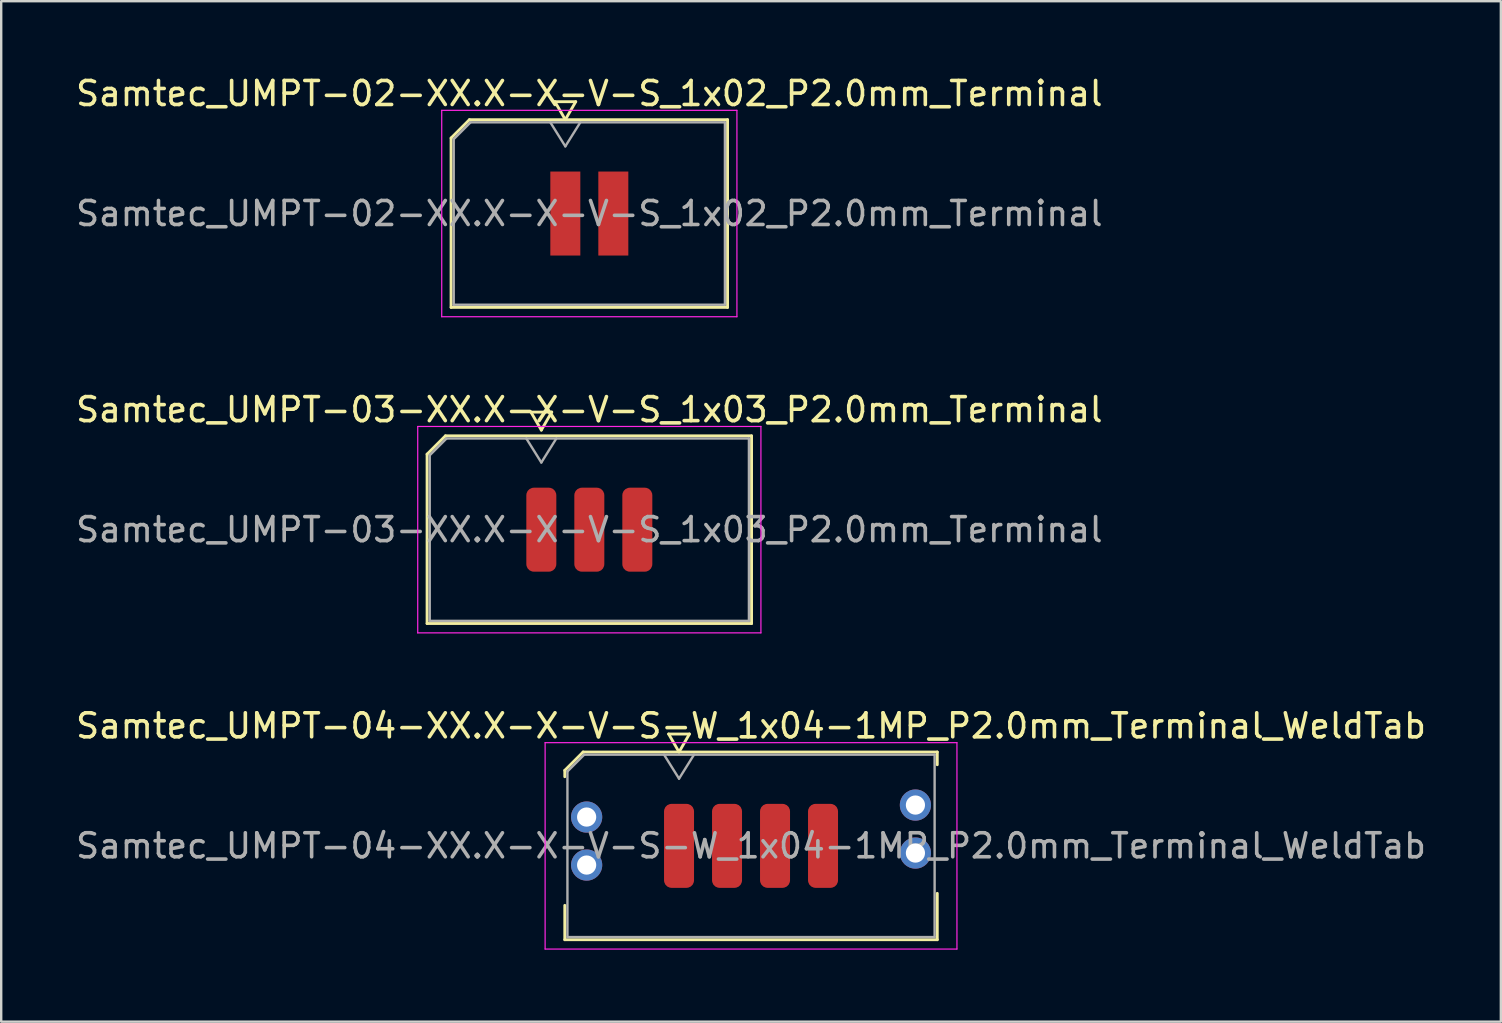
<source format=kicad_pcb>
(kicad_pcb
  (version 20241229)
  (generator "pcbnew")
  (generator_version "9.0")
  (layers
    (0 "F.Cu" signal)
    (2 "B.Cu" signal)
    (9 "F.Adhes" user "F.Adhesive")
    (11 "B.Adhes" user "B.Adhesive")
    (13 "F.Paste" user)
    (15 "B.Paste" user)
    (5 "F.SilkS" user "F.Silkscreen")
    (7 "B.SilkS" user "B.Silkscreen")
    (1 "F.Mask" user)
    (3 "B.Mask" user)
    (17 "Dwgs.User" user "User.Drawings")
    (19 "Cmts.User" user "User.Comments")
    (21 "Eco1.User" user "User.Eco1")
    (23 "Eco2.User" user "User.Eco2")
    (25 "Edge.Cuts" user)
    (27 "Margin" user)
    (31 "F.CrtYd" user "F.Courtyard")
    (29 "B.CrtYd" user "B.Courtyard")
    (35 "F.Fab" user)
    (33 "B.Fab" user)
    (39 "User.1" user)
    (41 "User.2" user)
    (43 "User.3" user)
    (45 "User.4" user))
  (footprint "Samtec_UMPT-02-XX.X-X-V-S_1x02_P2.0mm_Terminal"
    (layer "F.Cu")
    (at 21.506 5.848)
    (property "Reference" "Samtec_UMPT-02-XX.X-X-V-S_1x02_P2.0mm_Terminal" (at 0 -5 0) (layer "F.SilkS") (effects (font (size 1 1) (thickness 0.15))))
    (attr smd)
    (fp_line (start -5.76 -3.146) (end -4.996 -3.91) (stroke (width 0.12) (type solid)) (layer "F.SilkS"))
    (fp_line (start -5.76 3.91) (end -5.76 -3.146) (stroke (width 0.12) (type solid)) (layer "F.SilkS"))
    (fp_line (start -4.996 -3.91) (end 5.76 -3.91) (stroke (width 0.12) (type solid)) (layer "F.SilkS"))
    (fp_line (start -1.433 -4.66) (end -1 -3.91) (stroke (width 0.12) (type solid)) (layer "F.SilkS"))
    (fp_line (start -1 -3.91) (end -0.567 -4.66) (stroke (width 0.12) (type solid)) (layer "F.SilkS"))
    (fp_line (start -0.567 -4.66) (end -1.433 -4.66) (stroke (width 0.12) (type solid)) (layer "F.SilkS"))
    (fp_line (start 5.76 -3.91) (end 5.76 3.91) (stroke (width 0.12) (type solid)) (layer "F.SilkS"))
    (fp_line (start 5.76 3.91) (end -5.76 3.91) (stroke (width 0.12) (type solid)) (layer "F.SilkS"))
    (fp_line (start -6.15 -4.3) (end -6.15 4.3) (stroke (width 0.05) (type solid)) (layer "F.CrtYd"))
    (fp_line (start -6.15 4.3) (end 6.15 4.3) (stroke (width 0.05) (type solid)) (layer "F.CrtYd"))
    (fp_line (start 6.15 -4.3) (end -6.15 -4.3) (stroke (width 0.05) (type solid)) (layer "F.CrtYd"))
    (fp_line (start 6.15 4.3) (end 6.15 -4.3) (stroke (width 0.05) (type solid)) (layer "F.CrtYd"))
    (fp_line (start -5.65 -3.1) (end -4.95 -3.8) (stroke (width 0.1) (type solid)) (layer "F.Fab"))
    (fp_line (start -5.65 3.8) (end -5.65 -3.1) (stroke (width 0.1) (type solid)) (layer "F.Fab"))
    (fp_line (start -4.95 -3.8) (end 5.65 -3.8) (stroke (width 0.1) (type solid)) (layer "F.Fab"))
    (fp_line (start -1 -2.8) (end -1.625 -3.8) (stroke (width 0.1) (type solid)) (layer "F.Fab"))
    (fp_line (start -1 -2.8) (end -0.375 -3.8) (stroke (width 0.1) (type solid)) (layer "F.Fab"))
    (fp_line (start 5.65 -3.8) (end 5.65 3.8) (stroke (width 0.1) (type solid)) (layer "F.Fab"))
    (fp_line (start 5.65 3.8) (end -5.65 3.8) (stroke (width 0.1) (type solid)) (layer "F.Fab"))
    (fp_text user "${REFERENCE}" (at 0 0 0) (layer "F.Fab") (effects (font (size 1 1) (thickness 0.15))))
    (pad "1" smd rect (at -1 0) (size 1.25 3.5) (layers "F.Cu" "F.Mask" "F.Paste"))
    (pad "2" smd rect (at 1 0) (size 1.25 3.5) (layers "F.Cu" "F.Mask" "F.Paste")))
  (footprint "Samtec_UMPT-03-XX.X-X-V-S_1x03_P2.0mm_Terminal"
    (layer "F.Cu")
    (at 21.506 19.021)
    (property "Reference" "Samtec_UMPT-03-XX.X-X-V-S_1x03_P2.0mm_Terminal" (at 0 -5 0) (layer "F.SilkS") (effects (font (size 1 1) (thickness 0.15))))
    (attr smd)
    (fp_line (start -6.76 -3.146) (end -5.996 -3.91) (stroke (width 0.12) (type solid)) (layer "F.SilkS"))
    (fp_line (start -6.76 3.91) (end -6.76 -3.146) (stroke (width 0.12) (type solid)) (layer "F.SilkS"))
    (fp_line (start -5.996 -3.91) (end 6.76 -3.91) (stroke (width 0.12) (type solid)) (layer "F.SilkS"))
    (fp_line (start -2.433 -4.9) (end -2 -4.15) (stroke (width 0.12) (type solid)) (layer "F.SilkS"))
    (fp_line (start -2 -4.15) (end -1.567 -4.9) (stroke (width 0.12) (type solid)) (layer "F.SilkS"))
    (fp_line (start -1.567 -4.9) (end -2.433 -4.9) (stroke (width 0.12) (type solid)) (layer "F.SilkS"))
    (fp_line (start 6.76 -3.91) (end 6.76 3.91) (stroke (width 0.12) (type solid)) (layer "F.SilkS"))
    (fp_line (start 6.76 3.91) (end -6.76 3.91) (stroke (width 0.12) (type solid)) (layer "F.SilkS"))
    (fp_line (start -7.15 -4.3) (end -7.15 4.3) (stroke (width 0.05) (type solid)) (layer "F.CrtYd"))
    (fp_line (start -7.15 4.3) (end 7.15 4.3) (stroke (width 0.05) (type solid)) (layer "F.CrtYd"))
    (fp_line (start 7.15 -4.3) (end -7.15 -4.3) (stroke (width 0.05) (type solid)) (layer "F.CrtYd"))
    (fp_line (start 7.15 4.3) (end 7.15 -4.3) (stroke (width 0.05) (type solid)) (layer "F.CrtYd"))
    (fp_line (start -6.65 -3.1) (end -5.95 -3.8) (stroke (width 0.1) (type solid)) (layer "F.Fab"))
    (fp_line (start -6.65 3.8) (end -6.65 -3.1) (stroke (width 0.1) (type solid)) (layer "F.Fab"))
    (fp_line (start -5.95 -3.8) (end 6.65 -3.8) (stroke (width 0.1) (type solid)) (layer "F.Fab"))
    (fp_line (start -2 -2.8) (end -2.625 -3.8) (stroke (width 0.1) (type solid)) (layer "F.Fab"))
    (fp_line (start -2 -2.8) (end -1.375 -3.8) (stroke (width 0.1) (type solid)) (layer "F.Fab"))
    (fp_line (start 6.65 -3.8) (end 6.65 3.8) (stroke (width 0.1) (type solid)) (layer "F.Fab"))
    (fp_line (start 6.65 3.8) (end -6.65 3.8) (stroke (width 0.1) (type solid)) (layer "F.Fab"))
    (fp_text user "${REFERENCE}" (at 0 0 0) (layer "F.Fab") (effects (font (size 1 1) (thickness 0.15))))
    (pad "1" smd roundrect (at -2 0) (size 1.25 3.5) (layers "F.Cu" "F.Mask" "F.Paste") (roundrect_rratio 0.25))
    (pad "2" smd roundrect (at 0 0) (size 1.25 3.5) (layers "F.Cu" "F.Mask" "F.Paste") (roundrect_rratio 0.25))
    (pad "3" smd roundrect (at 2 0) (size 1.25 3.5) (layers "F.Cu" "F.Mask" "F.Paste") (roundrect_rratio 0.25)))
  (footprint "Samtec_UMPT-04-XX.X-X-V-S-W_1x04-1MP_P2.0mm_Terminal_WeldTab"
    (layer "F.Cu")
    (at 28.244 32.195)
    (property "Reference" "Samtec_UMPT-04-XX.X-X-V-S-W_1x04-1MP_P2.0mm_Terminal_WeldTab" (at 0 -5 0) (layer "F.SilkS") (effects (font (size 1 1) (thickness 0.15))))
    (attr smd)
    (fp_line (start -7.76 -3.146) (end -6.996 -3.91) (stroke (width 0.12) (type solid)) (layer "F.SilkS"))
    (fp_line (start -7.76 -2.88) (end -7.76 -3.146) (stroke (width 0.12) (type solid)) (layer "F.SilkS"))
    (fp_line (start -7.76 3.91) (end -7.76 2.48) (stroke (width 0.12) (type solid)) (layer "F.SilkS"))
    (fp_line (start -6.996 -3.91) (end 7.76 -3.91) (stroke (width 0.12) (type solid)) (layer "F.SilkS"))
    (fp_line (start -3.433 -4.66) (end -3 -3.91) (stroke (width 0.12) (type solid)) (layer "F.SilkS"))
    (fp_line (start -3 -3.91) (end -2.567 -4.66) (stroke (width 0.12) (type solid)) (layer "F.SilkS"))
    (fp_line (start -2.567 -4.66) (end -3.433 -4.66) (stroke (width 0.12) (type solid)) (layer "F.SilkS"))
    (fp_line (start 7.76 -3.91) (end 7.76 -3.38) (stroke (width 0.12) (type solid)) (layer "F.SilkS"))
    (fp_line (start 7.76 1.98) (end 7.76 3.91) (stroke (width 0.12) (type solid)) (layer "F.SilkS"))
    (fp_line (start 7.76 3.91) (end -7.76 3.91) (stroke (width 0.12) (type solid)) (layer "F.SilkS"))
    (fp_line (start -8.58 -4.3) (end -8.58 4.3) (stroke (width 0.05) (type solid)) (layer "F.CrtYd"))
    (fp_line (start -8.58 4.3) (end 8.58 4.3) (stroke (width 0.05) (type solid)) (layer "F.CrtYd"))
    (fp_line (start 8.58 -4.3) (end -8.58 -4.3) (stroke (width 0.05) (type solid)) (layer "F.CrtYd"))
    (fp_line (start 8.58 4.3) (end 8.58 -4.3) (stroke (width 0.05) (type solid)) (layer "F.CrtYd"))
    (fp_line (start -7.65 -3.1) (end -6.95 -3.8) (stroke (width 0.1) (type solid)) (layer "F.Fab"))
    (fp_line (start -7.65 3.8) (end -7.65 -3.1) (stroke (width 0.1) (type solid)) (layer "F.Fab"))
    (fp_line (start -6.95 -3.8) (end 7.65 -3.8) (stroke (width 0.1) (type solid)) (layer "F.Fab"))
    (fp_line (start -3 -2.8) (end -3.625 -3.8) (stroke (width 0.1) (type solid)) (layer "F.Fab"))
    (fp_line (start -3 -2.8) (end -2.375 -3.8) (stroke (width 0.1) (type solid)) (layer "F.Fab"))
    (fp_line (start 7.65 -3.8) (end 7.65 3.8) (stroke (width 0.1) (type solid)) (layer "F.Fab"))
    (fp_line (start 7.65 3.8) (end -7.65 3.8) (stroke (width 0.1) (type solid)) (layer "F.Fab"))
    (fp_text user "${REFERENCE}" (at 0 0 0) (layer "F.Fab") (effects (font (size 1 1) (thickness 0.15))))
    (pad "" smd rect (at -6.85 -1.54) (size 2.45 2.28) (layers "F.Paste"))
    (pad "" smd rect (at -6.85 1.14) (size 2.45 2.28) (layers "F.Paste"))
    (pad "" smd rect (at 6.85 -2.04) (size 2.45 2.28) (layers "F.Paste"))
    (pad "" smd rect (at 6.85 0.64) (size 2.45 2.28) (layers "F.Paste"))
    (pad "1" smd roundrect (at -3 0) (size 1.25 3.5) (layers "F.Cu" "F.Mask" "F.Paste") (roundrect_rratio 0.25))
    (pad "2" smd roundrect (at -1 0) (size 1.25 3.5) (layers "F.Cu" "F.Mask" "F.Paste") (roundrect_rratio 0.25))
    (pad "3" smd roundrect (at 1 0) (size 1.25 3.5) (layers "F.Cu" "F.Mask" "F.Paste") (roundrect_rratio 0.25))
    (pad "4" smd roundrect (at 3 0) (size 1.25 3.5) (layers "F.Cu" "F.Mask" "F.Paste") (roundrect_rratio 0.25))
    (pad "MP" thru_hole circle (at -6.85 -1.2) (size 1.3 1.3) (drill 0.8) (layers "*.Cu" "*.Mask"))
    (pad "MP" thru_hole circle (at -6.85 0.8) (size 1.3 1.3) (drill 0.8) (layers "*.Cu" "*.Mask"))
    (pad "MP" thru_hole circle (at 6.85 -1.7) (size 1.3 1.3) (drill 0.8) (layers "*.Cu" "*.Mask"))
    (pad "MP" thru_hole circle (at 6.85 0.3) (size 1.3 1.3) (drill 0.8) (layers "*.Cu" "*.Mask")))
  (gr_rect
    (start -3 -3)
    (end 59.488 39.52)
    (stroke (width 0.1) (type default))
    (fill no)
    (layer "Edge.Cuts")))
</source>
